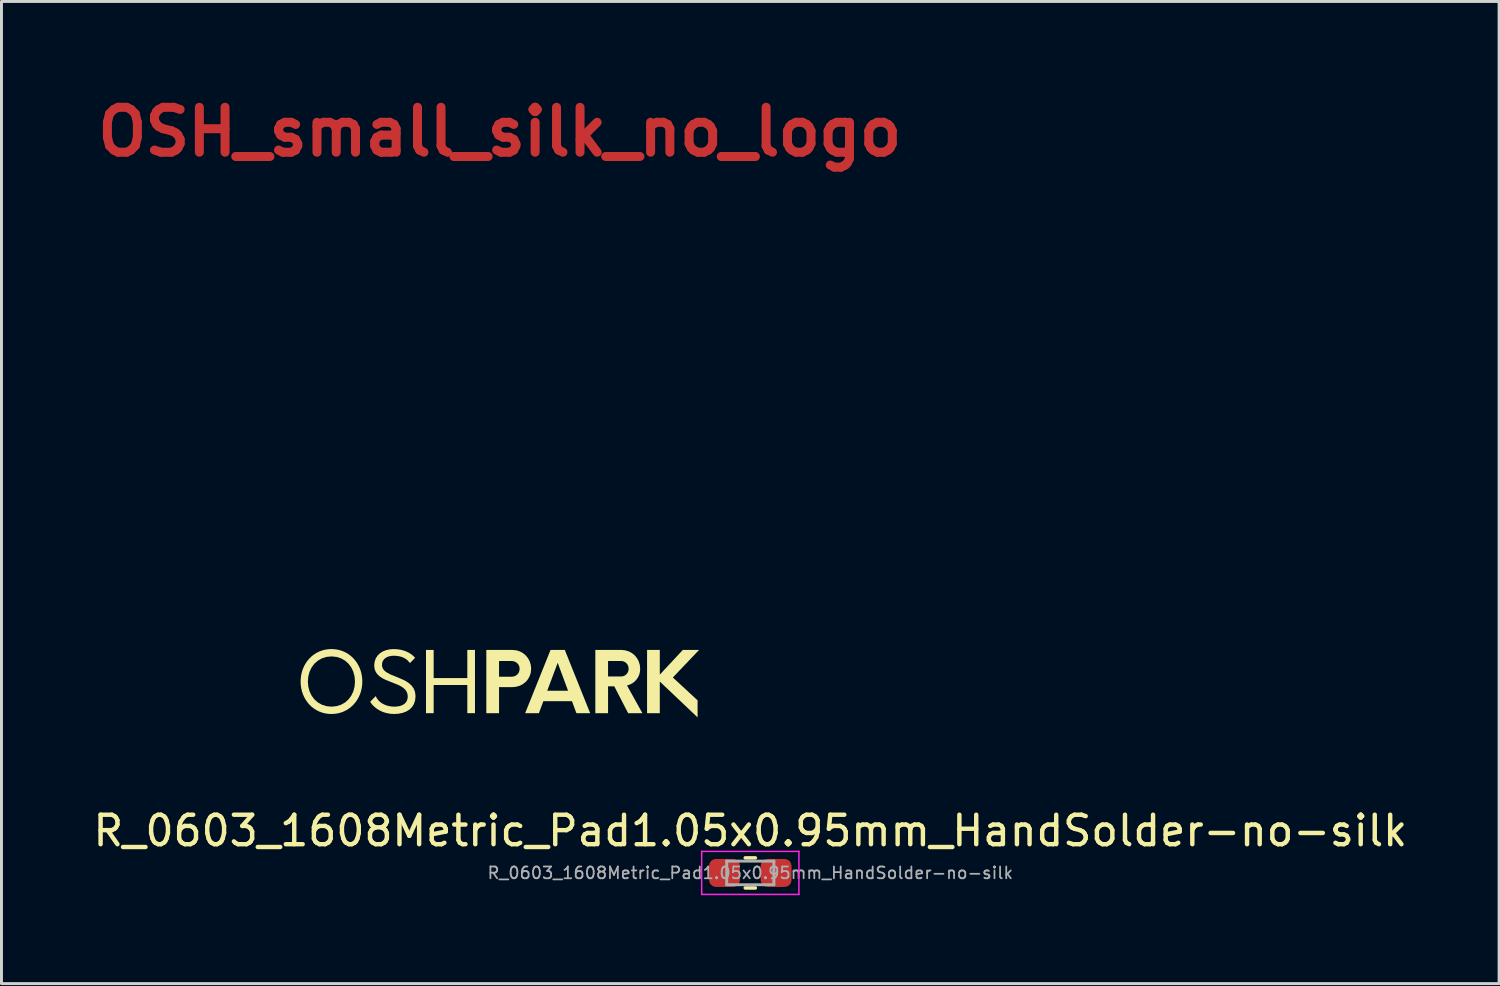
<source format=kicad_pcb>
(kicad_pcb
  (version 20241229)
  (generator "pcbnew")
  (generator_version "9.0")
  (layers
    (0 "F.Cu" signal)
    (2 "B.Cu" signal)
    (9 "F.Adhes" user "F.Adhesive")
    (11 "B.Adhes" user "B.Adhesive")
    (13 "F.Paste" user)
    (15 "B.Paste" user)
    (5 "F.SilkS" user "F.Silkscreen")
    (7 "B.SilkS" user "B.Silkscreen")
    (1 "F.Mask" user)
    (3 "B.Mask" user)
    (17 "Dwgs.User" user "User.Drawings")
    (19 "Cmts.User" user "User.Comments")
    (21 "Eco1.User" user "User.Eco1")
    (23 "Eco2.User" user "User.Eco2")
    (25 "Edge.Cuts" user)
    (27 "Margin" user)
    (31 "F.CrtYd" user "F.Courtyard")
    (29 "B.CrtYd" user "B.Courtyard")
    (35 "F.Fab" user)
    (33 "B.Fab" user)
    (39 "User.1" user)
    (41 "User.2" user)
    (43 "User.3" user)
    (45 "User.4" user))
  (footprint "R_0603_1608Metric_Pad1.05x0.95mm_HandSolder-no-silk"
    (layer "F.Cu")
    (at 22.411 26.572)
    (property "Reference" "R_0603_1608Metric_Pad1.05x0.95mm_HandSolder-no-silk" (at 0 -1.43 180) (layer "F.SilkS") (effects (font (size 1 1) (thickness 0.15))))
    (attr smd)
    (fp_line (start -0.171 -0.51) (end 0.171 -0.51) (stroke (width 0.12) (type solid)) (layer "F.SilkS"))
    (fp_line (start -0.171 0.51) (end 0.171 0.51) (stroke (width 0.12) (type solid)) (layer "F.SilkS"))
    (fp_line (start -1.65 -0.73) (end 1.65 -0.73) (stroke (width 0.05) (type solid)) (layer "F.CrtYd"))
    (fp_line (start -1.65 0.73) (end -1.65 -0.73) (stroke (width 0.05) (type solid)) (layer "F.CrtYd"))
    (fp_line (start 1.65 -0.73) (end 1.65 0.73) (stroke (width 0.05) (type solid)) (layer "F.CrtYd"))
    (fp_line (start 1.65 0.73) (end -1.65 0.73) (stroke (width 0.05) (type solid)) (layer "F.CrtYd"))
    (fp_line (start -0.8 -0.4) (end 0.8 -0.4) (stroke (width 0.1) (type solid)) (layer "F.Fab"))
    (fp_line (start -0.8 0.4) (end -0.8 -0.4) (stroke (width 0.1) (type solid)) (layer "F.Fab"))
    (fp_line (start 0.8 -0.4) (end 0.8 0.4) (stroke (width 0.1) (type solid)) (layer "F.Fab"))
    (fp_line (start 0.8 0.4) (end -0.8 0.4) (stroke (width 0.1) (type solid)) (layer "F.Fab"))
    (fp_text user "${REFERENCE}" (at 0 0 180) (layer "F.Fab") (effects (font (size 0.4 0.4) (thickness 0.06))))
    (pad "1" smd roundrect (at -0.875 0) (size 1.05 0.95) (layers "F.Cu" "F.Mask" "F.Paste") (roundrect_rratio 0.25))
    (pad "2" smd roundrect (at 0.875 0) (size 1.05 0.95) (layers "F.Cu" "F.Mask" "F.Paste") (roundrect_rratio 0.25)))
  (footprint "OSH_small_silk_no_logo"
    (layer "F.Cu")
    (at 13.912 12.884)
    (property "Reference" "OSH_small_silk_no_logo" (at 0 -11.458 0) (layer "F.Cu") (effects (font (size 1.524 1.524) (thickness 0.305))))
    (attr smd)
    (fp_poly (pts (xy 6.761 6.121) (xy 6.209 6.121) (xy 5.428 6.959) (xy 5.428 6.121) (xy 4.996 6.121) (xy 4.996 8.267) (xy 5.428 8.267) (xy 5.428 7.194) (xy 6.71 8.41) (xy 6.71 7.832) (xy 5.871 7.056) (xy 6.761 6.121)) (stroke (width 0) (type solid)) (fill yes) (layer "F.SilkS"))
    (fp_poly (pts (xy -1.104 6.121) (xy -1.104 7.076) (xy -2.246 7.076) (xy -2.246 6.121) (xy -2.506 6.121) (xy -2.506 8.267) (xy -2.246 8.267) (xy -2.246 7.311) (xy -1.104 7.311) (xy -1.104 8.267) (xy -0.844 8.267) (xy -0.844 6.121) (xy -1.104 6.121)) (stroke (width 0) (type solid)) (fill yes) (layer "F.SilkS"))
    (fp_poly (pts (xy 2.598 8.267) (xy 1.963 6.558) (xy 2.315 7.506) (xy 1.608 7.506) (xy 1.963 6.558) (xy 2.598 8.267) (xy 3.065 8.267) (xy 2.204 6.121) (xy 1.72 6.121) (xy 0.859 8.267) (xy 1.325 8.267) (xy 1.477 7.86) (xy 2.447 7.86) (xy 2.598 8.267)) (stroke (width 0) (type solid)) (fill yes) (layer "F.SilkS"))
    (fp_poly (pts (xy 0.428 6.121) (xy -0.027 6.496) (xy 0.388 6.496) (xy 0.445 6.501) (xy 0.499 6.515) (xy 0.547 6.538) (xy 0.589 6.57) (xy 0.623 6.608) (xy 0.649 6.654) (xy 0.665 6.705) (xy 0.671 6.762) (xy 0.665 6.82) (xy 0.649 6.873) (xy 0.623 6.919) (xy 0.589 6.957) (xy 0.547 6.989) (xy 0.499 7.012) (xy 0.445 7.026) (xy 0.388 7.031) (xy 0.388 7.031) (xy -0.027 7.031) (xy -0.027 6.496) (xy 0.428 6.121) (xy -0.459 6.121) (xy -0.459 8.267) (xy -0.027 8.267) (xy -0.027 7.383) (xy 0.428 7.383) (xy 0.558 7.37) (xy 0.678 7.335) (xy 0.786 7.279) (xy 0.88 7.204) (xy 0.956 7.112) (xy 1.014 7.006) (xy 1.05 6.888) (xy 1.063 6.759) (xy 1.05 6.63) (xy 1.014 6.511) (xy 0.956 6.402) (xy 0.88 6.308) (xy 0.786 6.23) (xy 0.678 6.171) (xy 0.558 6.134) (xy 0.428 6.121) (xy 0.428 6.121)) (stroke (width 0) (type solid)) (fill yes) (layer "F.SilkS"))
    (fp_poly (pts (xy 4.317 7.328) (xy 4.11 7.022) (xy 3.672 7.022) (xy 3.672 6.496) (xy 4.11 6.496) (xy 4.163 6.501) (xy 4.212 6.516) (xy 4.257 6.54) (xy 4.295 6.571) (xy 4.327 6.61) (xy 4.35 6.655) (xy 4.365 6.705) (xy 4.37 6.759) (xy 4.365 6.813) (xy 4.351 6.863) (xy 4.327 6.907) (xy 4.296 6.946) (xy 4.258 6.978) (xy 4.214 7.002) (xy 4.164 7.017) (xy 4.11 7.022) (xy 4.11 7.022) (xy 4.317 7.328) (xy 4.41 7.297) (xy 4.496 7.252) (xy 4.572 7.195) (xy 4.637 7.127) (xy 4.69 7.048) (xy 4.73 6.961) (xy 4.754 6.865) (xy 4.762 6.762) (xy 4.75 6.632) (xy 4.713 6.511) (xy 4.655 6.402) (xy 4.578 6.307) (xy 4.484 6.229) (xy 4.376 6.171) (xy 4.256 6.134) (xy 4.127 6.121) (xy 3.24 6.121) (xy 3.24 8.267) (xy 3.672 8.267) (xy 3.672 7.357) (xy 3.884 7.357) (xy 4.353 8.267) (xy 4.837 8.267) (xy 4.316 7.328) (xy 4.317 7.328)) (stroke (width 0) (type solid)) (fill yes) (layer "F.SilkS"))
    (fp_poly (pts (xy -3.591 8.295) (xy -3.442 8.286) (xy -3.304 8.259) (xy -3.18 8.213) (xy -3.072 8.148) (xy -2.984 8.064) (xy -2.918 7.96) (xy -2.876 7.836) (xy -2.861 7.692) (xy -2.877 7.552) (xy -2.921 7.435) (xy -2.99 7.337) (xy -3.078 7.254) (xy -3.18 7.185) (xy -3.292 7.127) (xy -3.528 7.028) (xy -3.707 6.956) (xy -3.857 6.873) (xy -3.916 6.824) (xy -3.961 6.768) (xy -3.99 6.704) (xy -4 6.63) (xy -3.992 6.555) (xy -3.968 6.491) (xy -3.93 6.437) (xy -3.88 6.394) (xy -3.82 6.36) (xy -3.752 6.337) (xy -3.677 6.323) (xy -3.597 6.318) (xy -3.501 6.323) (xy -3.413 6.336) (xy -3.333 6.358) (xy -3.26 6.388) (xy -3.196 6.424) (xy -3.139 6.466) (xy -3.05 6.567) (xy -2.876 6.389) (xy -2.935 6.327) (xy -3.003 6.271) (xy -3.081 6.22) (xy -3.169 6.176) (xy -3.265 6.141) (xy -3.369 6.114) (xy -3.482 6.098) (xy -3.603 6.092) (xy -3.735 6.101) (xy -3.858 6.128) (xy -3.97 6.172) (xy -4.069 6.234) (xy -4.15 6.313) (xy -4.211 6.409) (xy -4.25 6.521) (xy -4.264 6.649) (xy -4.25 6.769) (xy -4.21 6.87) (xy -4.149 6.954) (xy -4.071 7.025) (xy -3.978 7.085) (xy -3.875 7.137) (xy -3.654 7.225) (xy -3.457 7.304) (xy -3.367 7.349) (xy -3.287 7.4) (xy -3.22 7.459) (xy -3.168 7.528) (xy -3.136 7.609) (xy -3.125 7.705) (xy -3.135 7.789) (xy -3.162 7.86) (xy -3.204 7.919) (xy -3.259 7.966) (xy -3.327 8.002) (xy -3.404 8.027) (xy -3.49 8.041) (xy -3.583 8.046) (xy -3.691 8.039) (xy -3.793 8.02) (xy -3.889 7.989) (xy -3.976 7.947) (xy -4.053 7.896) (xy -4.119 7.835) (xy -4.172 7.765) (xy -4.212 7.688) (xy -4.401 7.88) (xy -4.338 7.968) (xy -4.261 8.047) (xy -4.172 8.118) (xy -4.072 8.179) (xy -3.963 8.228) (xy -3.845 8.264) (xy -3.721 8.287) (xy -3.591 8.295) (xy -3.591 8.295)) (stroke (width 0) (type solid)) (fill yes) (layer "F.SilkS"))
    (fp_poly (pts (xy -5.714 8.295) (xy -5.714 8.046) (xy -5.885 8.029) (xy -6.039 7.98) (xy -6.176 7.903) (xy -6.293 7.799) (xy -6.387 7.674) (xy -6.457 7.529) (xy -6.5 7.368) (xy -6.515 7.194) (xy -6.5 7.02) (xy -6.457 6.859) (xy -6.387 6.714) (xy -6.293 6.588) (xy -6.176 6.485) (xy -6.039 6.407) (xy -5.885 6.358) (xy -5.714 6.341) (xy -5.542 6.358) (xy -5.388 6.407) (xy -5.251 6.485) (xy -5.136 6.588) (xy -5.042 6.714) (xy -4.973 6.859) (xy -4.93 7.02) (xy -4.916 7.194) (xy -4.93 7.368) (xy -4.973 7.529) (xy -5.042 7.674) (xy -5.136 7.799) (xy -5.251 7.903) (xy -5.388 7.98) (xy -5.542 8.029) (xy -5.714 8.046) (xy -5.714 8.295) (xy -5.602 8.289) (xy -5.495 8.273) (xy -5.392 8.246) (xy -5.294 8.209) (xy -5.202 8.162) (xy -5.116 8.107) (xy -5.036 8.044) (xy -4.963 7.973) (xy -4.897 7.895) (xy -4.838 7.81) (xy -4.787 7.719) (xy -4.745 7.623) (xy -4.711 7.521) (xy -4.687 7.416) (xy -4.672 7.306) (xy -4.667 7.193) (xy -4.672 7.081) (xy -4.687 6.971) (xy -4.711 6.865) (xy -4.745 6.764) (xy -4.787 6.668) (xy -4.838 6.577) (xy -4.897 6.492) (xy -4.963 6.414) (xy -5.036 6.343) (xy -5.116 6.28) (xy -5.202 6.224) (xy -5.294 6.178) (xy -5.392 6.141) (xy -5.495 6.114) (xy -5.602 6.097) (xy -5.714 6.091) (xy -5.826 6.097) (xy -5.934 6.114) (xy -6.037 6.141) (xy -6.135 6.178) (xy -6.227 6.224) (xy -6.313 6.28) (xy -6.393 6.343) (xy -6.466 6.414) (xy -6.532 6.492) (xy -6.59 6.577) (xy -6.641 6.668) (xy -6.683 6.764) (xy -6.717 6.865) (xy -6.741 6.971) (xy -6.756 7.081) (xy -6.761 7.193) (xy -6.756 7.306) (xy -6.741 7.416) (xy -6.717 7.521) (xy -6.683 7.623) (xy -6.641 7.719) (xy -6.59 7.81) (xy -6.532 7.895) (xy -6.466 7.973) (xy -6.393 8.044) (xy -6.313 8.107) (xy -6.227 8.162) (xy -6.135 8.209) (xy -6.037 8.246) (xy -5.934 8.273) (xy -5.826 8.289) (xy -5.714 8.295)) (stroke (width 0) (type solid)) (fill yes) (layer "F.SilkS")))
  (gr_rect
    (start -3 -3)
    (end 47.821 30.327)
    (stroke (width 0.1) (type default))
    (fill no)
    (layer "Edge.Cuts")))
</source>
